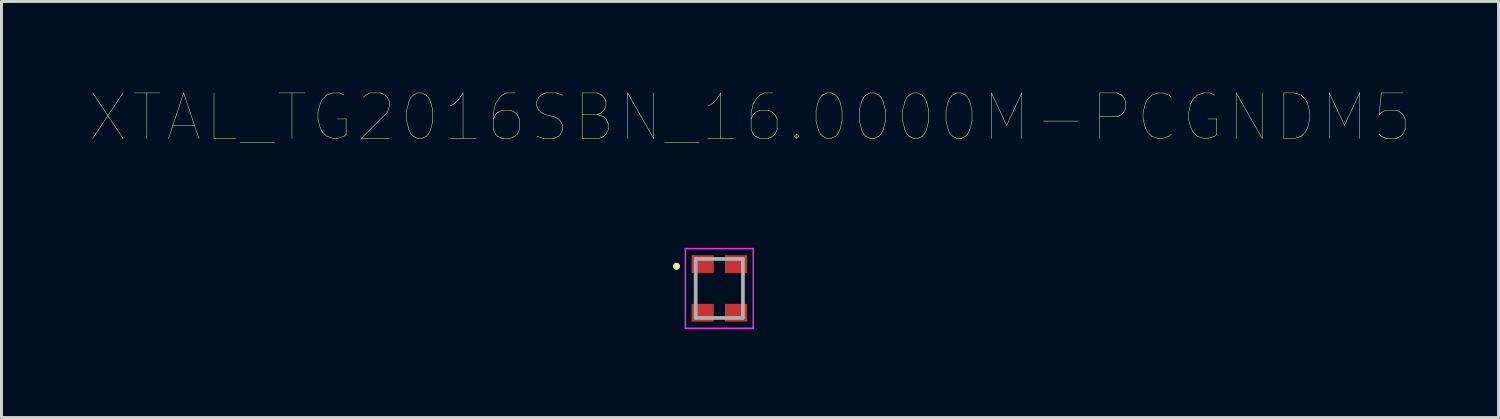
<source format=kicad_pcb>
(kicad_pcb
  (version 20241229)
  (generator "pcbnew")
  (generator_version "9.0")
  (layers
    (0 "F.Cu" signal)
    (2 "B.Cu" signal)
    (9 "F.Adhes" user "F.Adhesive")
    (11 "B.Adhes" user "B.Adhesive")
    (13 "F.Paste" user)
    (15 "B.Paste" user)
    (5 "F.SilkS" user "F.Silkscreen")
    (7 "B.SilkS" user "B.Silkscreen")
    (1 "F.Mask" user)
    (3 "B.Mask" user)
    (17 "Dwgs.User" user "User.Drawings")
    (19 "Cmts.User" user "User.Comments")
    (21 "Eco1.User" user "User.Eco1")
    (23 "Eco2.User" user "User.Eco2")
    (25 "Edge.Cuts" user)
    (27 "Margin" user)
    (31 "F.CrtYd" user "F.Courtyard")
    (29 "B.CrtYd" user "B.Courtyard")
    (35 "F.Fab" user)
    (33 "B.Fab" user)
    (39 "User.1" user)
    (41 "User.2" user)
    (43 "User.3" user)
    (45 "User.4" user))
  (footprint "XTAL_TG2016SBN_16.0000M-PCGNDM5"
    (layer "F.Cu")
    (at 21.323 6.723)
    (property "Reference" "XTAL_TG2016SBN_16.0000M-PCGNDM5" (at 1.04 -5.795 0) (layer "F.SilkS") (effects (font (size 1.541 1.541) (thickness 0.015))))
    (attr through_hole)
    (fp_circle (center -1.45 -0.75) (end -1.33 -0.75) (stroke (width 0) (type solid)) (fill yes) (layer "F.SilkS"))
    (fp_line (start -1.15 -1.35) (end -1.15 1.35) (stroke (width 0.05) (type solid)) (layer "F.CrtYd"))
    (fp_line (start -1.15 1.35) (end 1.15 1.35) (stroke (width 0.05) (type solid)) (layer "F.CrtYd"))
    (fp_line (start 1.15 -1.35) (end -1.15 -1.35) (stroke (width 0.05) (type solid)) (layer "F.CrtYd"))
    (fp_line (start 1.15 1.35) (end 1.15 -1.35) (stroke (width 0.05) (type solid)) (layer "F.CrtYd"))
    (fp_line (start -0.8 -1) (end -0.8 1) (stroke (width 0.127) (type solid)) (layer "F.Fab"))
    (fp_line (start -0.8 1) (end 0.8 1) (stroke (width 0.127) (type solid)) (layer "F.Fab"))
    (fp_line (start 0.8 -1) (end -0.8 -1) (stroke (width 0.127) (type solid)) (layer "F.Fab"))
    (fp_line (start 0.8 1) (end 0.8 -1) (stroke (width 0.127) (type solid)) (layer "F.Fab"))
    (pad "1" smd rect (at -0.565 -0.825) (size 0.75 0.6) (layers "F.Cu" "F.Mask" "F.Paste"))
    (pad "2" smd rect (at -0.565 0.825) (size 0.75 0.6) (layers "F.Cu" "F.Mask" "F.Paste"))
    (pad "3" smd rect (at 0.565 0.825) (size 0.75 0.6) (layers "F.Cu" "F.Mask" "F.Paste"))
    (pad "4" smd rect (at 0.565 -0.825) (size 0.75 0.6) (layers "F.Cu" "F.Mask" "F.Paste")))
  (gr_rect
    (start -3 -3)
    (end 47.726 11.098)
    (stroke (width 0.1) (type default))
    (fill no)
    (layer "Edge.Cuts")))
</source>
